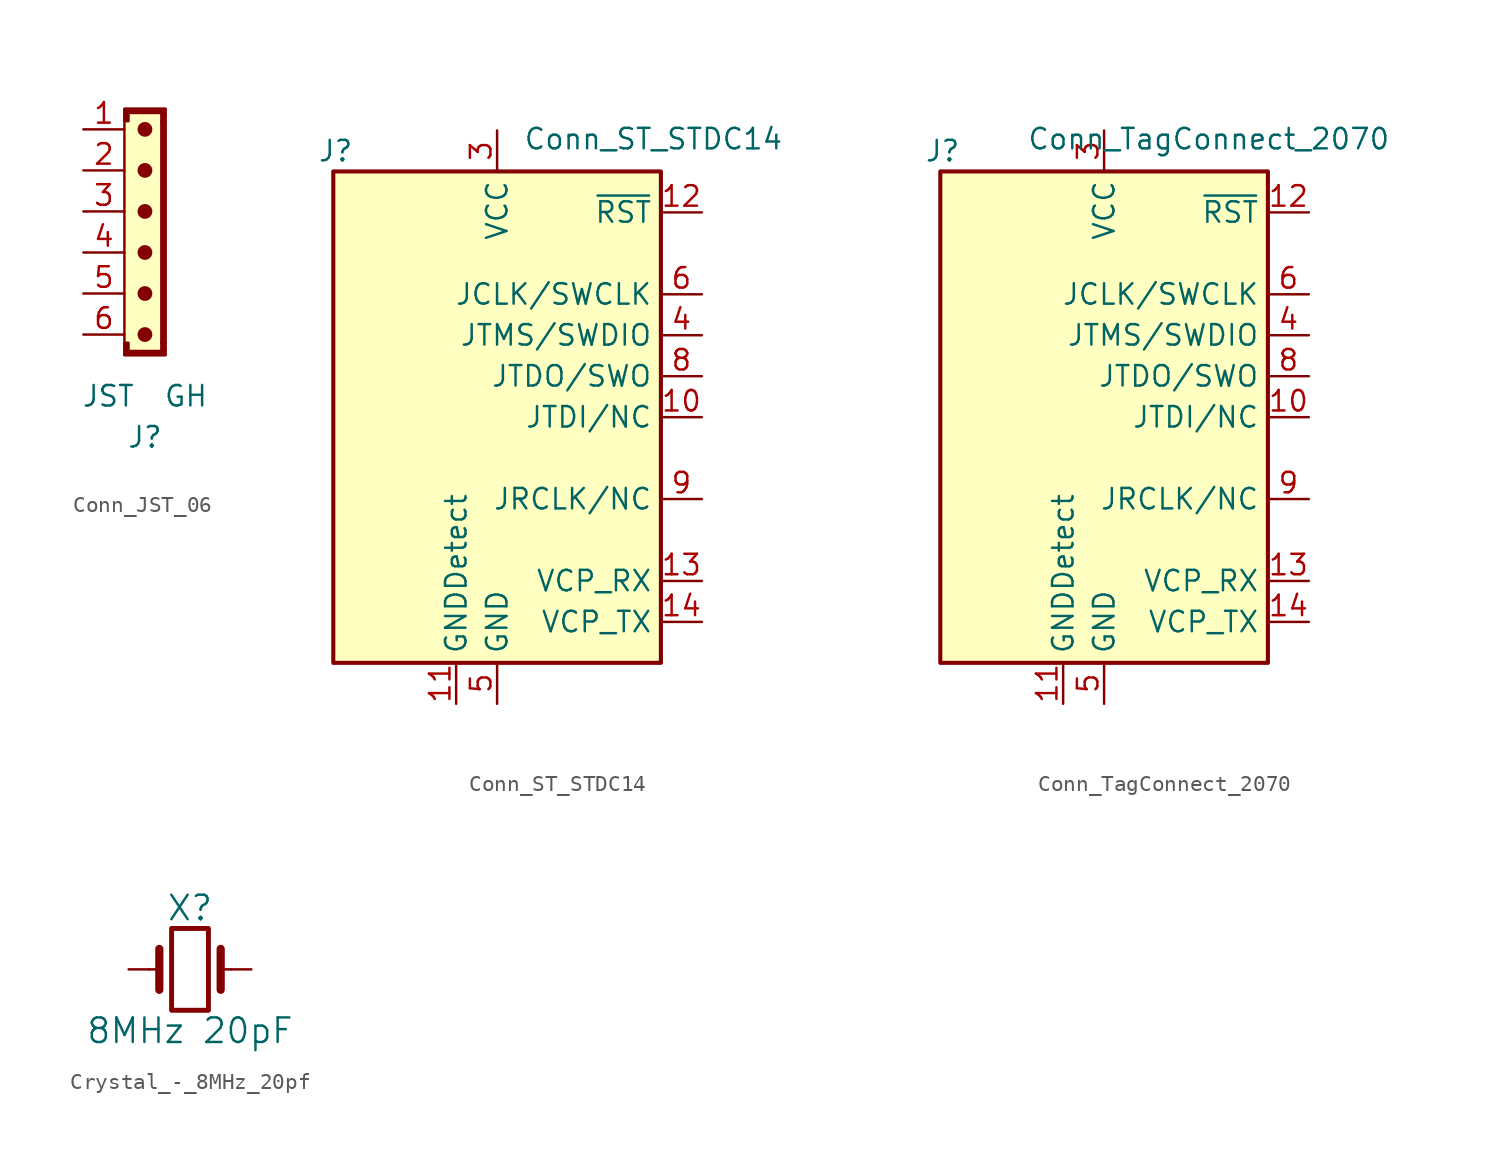
<source format=kicad_sym>
(kicad_symbol_lib
  (version 20241209)
  (generator "kicad_symbol_editor")
  (generator_version "9.0")
  (symbol "Conn_JST_06"
    (property "Reference" "J"
      (at 0 -12.7 0)
      (effects (font (size 1.27 1.27))))
    (property "Value" "JST  GH"
      (at 0 -10.16 0)
      (effects (font (size 1.27 1.27))))
    (symbol "Conn_JST_06_0_1"
      (rectangle (start -1.27 7.62) (end 1.27 -7.62) (stroke (width 0) (type default)) (fill (type background)))
      (polyline (pts (xy -1.27 -6.858) (xy -1.27 -7.62) (xy 1.27 -7.62) (xy 1.27 -6.858) (xy 1.016 -6.858) (xy 1.016 -7.366) (xy -1.016 -7.366) (xy -1.016 -6.858) (xy -1.27 -6.858)) (stroke (width 0) (type default)) (fill (type outline)))
      (circle (center 0 6.35) (radius 0.381) (stroke (width 0) (type default)) (fill (type outline)))
      (circle (center 0 3.81) (radius 0.381) (stroke (width 0) (type default)) (fill (type outline)))
      (circle (center 0 1.27) (radius 0.381) (stroke (width 0) (type default)) (fill (type outline)))
      (circle (center 0 -1.27) (radius 0.381) (stroke (width 0) (type default)) (fill (type outline)))
      (circle (center 0 -3.81) (radius 0.381) (stroke (width 0) (type default)) (fill (type outline)))
      (circle (center 0 -6.35) (radius 0.381) (stroke (width 0) (type default)) (fill (type outline)))
      (rectangle (start 1.016 -6.858) (end 1.27 6.858) (stroke (width 0) (type default)) (fill (type outline)))
      (rectangle (start 1.016 -6.858) (end 1.27 -6.858) (stroke (width 0) (type default)) (fill (type none)))
      (polyline (pts (xy 1.27 6.858) (xy 1.27 7.62) (xy -1.27 7.62) (xy -1.27 6.858) (xy -1.016 6.858) (xy -1.016 7.366) (xy 1.016 7.366) (xy 1.016 6.858) (xy 1.27 6.858)) (stroke (width 0) (type default)) (fill (type outline))))
    (symbol "Conn_JST_06_1_1"
      (pin passive line (at -3.81 6.35 0) (length 2.54) (name "" (effects (font (size 1.27 1.27)))) (number "1" (effects (font (size 1.27 1.27)))))
      (pin passive line (at -3.81 3.81 0) (length 2.54) (name "" (effects (font (size 1.27 1.27)))) (number "2" (effects (font (size 1.27 1.27)))))
      (pin passive line (at -3.81 1.27 0) (length 2.54) (name "" (effects (font (size 1.27 1.27)))) (number "3" (effects (font (size 1.27 1.27)))))
      (pin passive line (at -3.81 -1.27 0) (length 2.54) (name "" (effects (font (size 1.27 1.27)))) (number "4" (effects (font (size 1.27 1.27)))))
      (pin passive line (at -3.81 -3.81 0) (length 2.54) (name "" (effects (font (size 1.27 1.27)))) (number "5" (effects (font (size 1.27 1.27)))))
      (pin passive line (at -3.81 -6.35 0) (length 2.54) (name "" (effects (font (size 1.27 1.27)))) (number "6" (effects (font (size 1.27 1.27)))))))
  (symbol "Conn_ST_STDC14"
    (property "Reference" "J"
      (at -8.89 16.51 0)
      (effects (font (size 1.27 1.27)) (justify right)))
    (property "Value" "Conn_ST_STDC14"
      (at 17.78 16.51 0)
      (effects (font (size 1.27 1.27)) (justify right bottom)))
    (symbol "Conn_ST_STDC14_0_1"
      (rectangle (start -10.16 15.24) (end 10.16 -15.24) (stroke (width 0.254) (type default)) (fill (type background))))
    (symbol "Conn_ST_STDC14_1_1"
      (pin no_connect line (at -10.16 5.08 0) (length 2.54) (hide yes) (name "NC" (effects (font (size 1.27 1.27)))) (number "1" (effects (font (size 1.27 1.27)))))
      (pin no_connect line (at -10.16 2.54 0) (length 2.54) (hide yes) (name "NC" (effects (font (size 1.27 1.27)))) (number "2" (effects (font (size 1.27 1.27)))))
      (pin passive line (at -2.54 -17.78 90) (length 2.54) (name "GNDDetect" (effects (font (size 1.27 1.27)))) (number "11" (effects (font (size 1.27 1.27)))))
      (pin power_in line (at 0 17.78 270) (length 2.54) (name "VCC" (effects (font (size 1.27 1.27)))) (number "3" (effects (font (size 1.27 1.27)))))
      (pin power_in line (at 0 -17.78 90) (length 2.54) (name "GND" (effects (font (size 1.27 1.27)))) (number "5" (effects (font (size 1.27 1.27)))))
      (pin passive line (at 0 -17.78 90) (length 2.54) (hide yes) (name "GND" (effects (font (size 1.27 1.27)))) (number "7" (effects (font (size 1.27 1.27)))))
      (pin open_collector line (at 12.7 12.7 180) (length 2.54) (name "~{RST}" (effects (font (size 1.27 1.27)))) (number "12" (effects (font (size 1.27 1.27)))))
      (pin output line (at 12.7 7.62 180) (length 2.54) (name "JCLK/SWCLK" (effects (font (size 1.27 1.27)))) (number "6" (effects (font (size 1.27 1.27)))))
      (pin bidirectional line (at 12.7 5.08 180) (length 2.54) (name "JTMS/SWDIO" (effects (font (size 1.27 1.27)))) (number "4" (effects (font (size 1.27 1.27)))))
      (pin input line (at 12.7 2.54 180) (length 2.54) (name "JTDO/SWO" (effects (font (size 1.27 1.27)))) (number "8" (effects (font (size 1.27 1.27)))))
      (pin output line (at 12.7 0 180) (length 2.54) (name "JTDI/NC" (effects (font (size 1.27 1.27)))) (number "10" (effects (font (size 1.27 1.27)))))
      (pin input line (at 12.7 -5.08 180) (length 2.54) (name "JRCLK/NC" (effects (font (size 1.27 1.27)))) (number "9" (effects (font (size 1.27 1.27)))))
      (pin output line (at 12.7 -10.16 180) (length 2.54) (name "VCP_RX" (effects (font (size 1.27 1.27)))) (number "13" (effects (font (size 1.27 1.27)))))
      (pin input line (at 12.7 -12.7 180) (length 2.54) (name "VCP_TX" (effects (font (size 1.27 1.27)))) (number "14" (effects (font (size 1.27 1.27)))))))
  (symbol "Conn_TagConnect_2070"
    (property "Reference" "J"
      (at -8.89 16.51 0)
      (effects (font (size 1.27 1.27)) (justify right)))
    (property "Value" "Conn_TagConnect_2070"
      (at 17.78 16.51 0)
      (effects (font (size 1.27 1.27)) (justify right bottom)))
    (symbol "Conn_TagConnect_2070_0_1"
      (rectangle (start -10.16 15.24) (end 10.16 -15.24) (stroke (width 0.254) (type default)) (fill (type background))))
    (symbol "Conn_TagConnect_2070_1_1"
      (pin no_connect line (at -10.16 5.08 0) (length 2.54) (hide yes) (name "NC" (effects (font (size 1.27 1.27)))) (number "1" (effects (font (size 1.27 1.27)))))
      (pin no_connect line (at -10.16 2.54 0) (length 2.54) (hide yes) (name "NC" (effects (font (size 1.27 1.27)))) (number "2" (effects (font (size 1.27 1.27)))))
      (pin passive line (at -2.54 -17.78 90) (length 2.54) (name "GNDDetect" (effects (font (size 1.27 1.27)))) (number "11" (effects (font (size 1.27 1.27)))))
      (pin power_in line (at 0 17.78 270) (length 2.54) (name "VCC" (effects (font (size 1.27 1.27)))) (number "3" (effects (font (size 1.27 1.27)))))
      (pin power_in line (at 0 -17.78 90) (length 2.54) (name "GND" (effects (font (size 1.27 1.27)))) (number "5" (effects (font (size 1.27 1.27)))))
      (pin passive line (at 0 -17.78 90) (length 2.54) (hide yes) (name "GND" (effects (font (size 1.27 1.27)))) (number "7" (effects (font (size 1.27 1.27)))))
      (pin open_collector line (at 12.7 12.7 180) (length 2.54) (name "~{RST}" (effects (font (size 1.27 1.27)))) (number "12" (effects (font (size 1.27 1.27)))))
      (pin bidirectional line (at 12.7 7.62 180) (length 2.54) (name "JCLK/SWCLK" (effects (font (size 1.27 1.27)))) (number "6" (effects (font (size 1.27 1.27)))))
      (pin bidirectional line (at 12.7 5.08 180) (length 2.54) (name "JTMS/SWDIO" (effects (font (size 1.27 1.27)))) (number "4" (effects (font (size 1.27 1.27)))))
      (pin input line (at 12.7 2.54 180) (length 2.54) (name "JTDO/SWO" (effects (font (size 1.27 1.27)))) (number "8" (effects (font (size 1.27 1.27)))))
      (pin output line (at 12.7 0 180) (length 2.54) (name "JTDI/NC" (effects (font (size 1.27 1.27)))) (number "10" (effects (font (size 1.27 1.27)))))
      (pin input line (at 12.7 -5.08 180) (length 2.54) (name "JRCLK/NC" (effects (font (size 1.27 1.27)))) (number "9" (effects (font (size 1.27 1.27)))))
      (pin bidirectional line (at 12.7 -10.16 180) (length 2.54) (name "VCP_RX" (effects (font (size 1.27 1.27)))) (number "13" (effects (font (size 1.27 1.27)))))
      (pin input line (at 12.7 -12.7 180) (length 2.54) (name "VCP_TX" (effects (font (size 1.27 1.27)))) (number "14" (effects (font (size 1.27 1.27)))))))
  (symbol "Crystal_-_8MHz_20pf"
    (pin_numbers
      (hide yes))
    (pin_names
      (offset 1.016)
      (hide yes))
    (property "Reference" "X"
      (at 0 3.81 0)
      (effects (font (size 1.524 1.524))))
    (property "Value" "8MHz 20pF"
      (at 0 -3.81 0)
      (effects (font (size 1.524 1.524))))
    (symbol "Crystal_-_8MHz_20pf_0_1"
      (polyline (pts (xy -2.54 0) (xy -1.905 0)) (stroke (width 0) (type default)) (fill (type none)))
      (polyline (pts (xy -1.905 -1.27) (xy -1.905 1.27)) (stroke (width 0.508) (type default)) (fill (type none)))
      (rectangle (start -1.143 2.54) (end 1.143 -2.54) (stroke (width 0.305) (type default)) (fill (type none)))
      (polyline (pts (xy 1.905 -1.27) (xy 1.905 1.27)) (stroke (width 0.508) (type default)) (fill (type none)))
      (polyline (pts (xy 2.54 0) (xy 1.905 0)) (stroke (width 0) (type default)) (fill (type none))))
    (symbol "Crystal_-_8MHz_20pf_1_1"
      (pin passive line (at -3.81 0 0) (length 1.27) (name "1" (effects (font (size 1.27 1.27)))) (number "1" (effects (font (size 1.27 1.27)))))
      (pin passive line (at 3.81 0 180) (length 1.27) (name "2" (effects (font (size 1.27 1.27)))) (number "2" (effects (font (size 1.27 1.27))))))))
</source>
